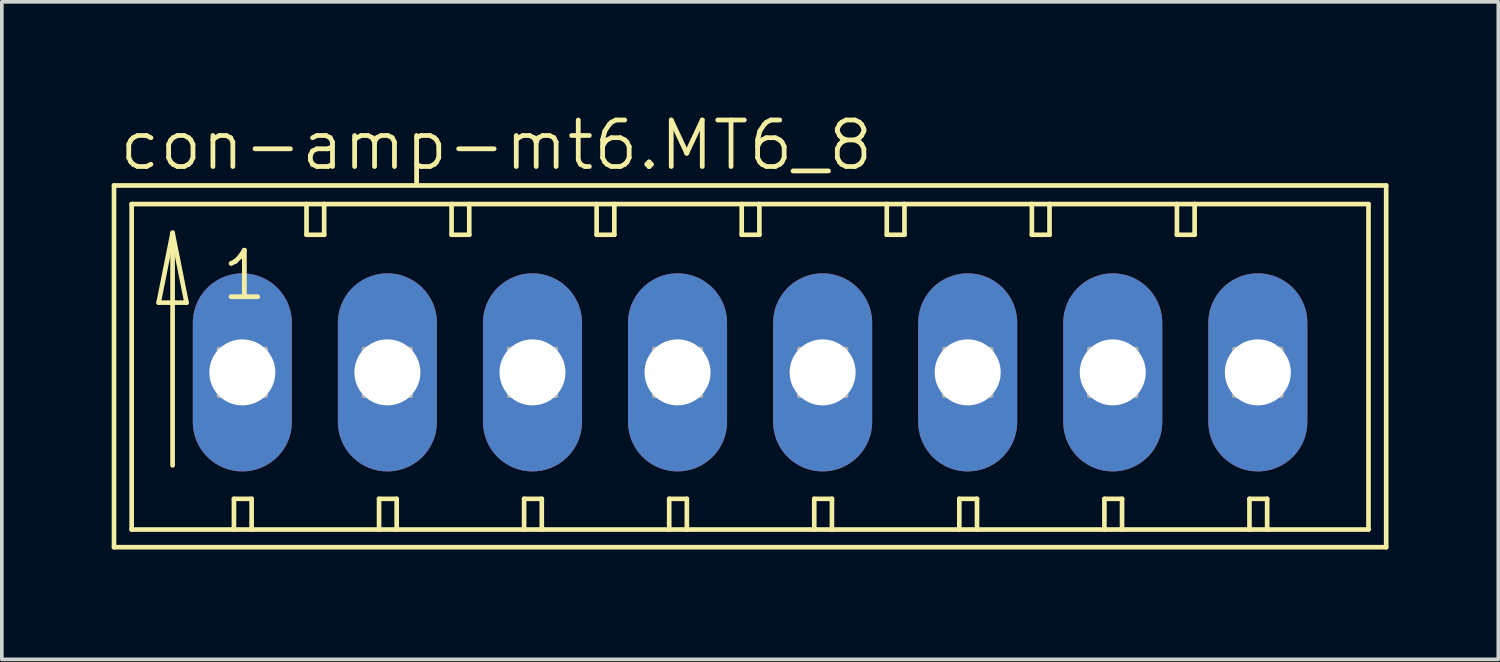
<source format=kicad_pcb>
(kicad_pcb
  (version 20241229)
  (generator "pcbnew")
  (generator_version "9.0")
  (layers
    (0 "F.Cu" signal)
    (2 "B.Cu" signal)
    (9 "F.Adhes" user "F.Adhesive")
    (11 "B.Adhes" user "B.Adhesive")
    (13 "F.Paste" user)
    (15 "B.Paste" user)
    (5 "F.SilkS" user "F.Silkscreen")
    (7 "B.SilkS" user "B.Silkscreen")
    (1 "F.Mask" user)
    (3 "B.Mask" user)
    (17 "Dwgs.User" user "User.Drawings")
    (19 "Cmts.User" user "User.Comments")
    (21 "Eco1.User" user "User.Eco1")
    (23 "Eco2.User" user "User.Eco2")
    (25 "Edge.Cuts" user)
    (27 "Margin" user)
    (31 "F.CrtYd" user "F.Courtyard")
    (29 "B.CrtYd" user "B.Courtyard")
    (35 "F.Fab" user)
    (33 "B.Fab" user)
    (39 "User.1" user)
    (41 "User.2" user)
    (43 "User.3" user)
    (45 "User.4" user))
  (footprint "con-amp-mt6.MT6_8"
    (layer "F.Cu")
    (at 1.029 7.121)
    (property "Reference" "con-amp-mt6.MT6_8" (at -0.889 -5.461 0) (layer "F.SilkS") (effects (font (size 1.27 1.27) (thickness 0.13)) (justify left bottom)))
    (attr through_hole)
    (fp_line (start -0.965 -5.105) (end -0.965 4.775) (stroke (width 0.127) (type default)) (layer "F.SilkS"))
    (fp_line (start -0.965 4.775) (end 33.782 4.775) (stroke (width 0.127) (type default)) (layer "F.SilkS"))
    (fp_line (start -0.483 -4.597) (end -0.483 4.293) (stroke (width 0.127) (type default)) (layer "F.SilkS"))
    (fp_line (start -0.483 4.293) (end 2.311 4.293) (stroke (width 0.127) (type default)) (layer "F.SilkS"))
    (fp_line (start 0.254 -1.905) (end 1.016 -1.905) (stroke (width 0.127) (type default)) (layer "F.SilkS"))
    (fp_line (start 0.635 -3.81) (end 0.254 -1.905) (stroke (width 0.127) (type default)) (layer "F.SilkS"))
    (fp_line (start 0.635 -3.81) (end 1.016 -1.905) (stroke (width 0.127) (type default)) (layer "F.SilkS"))
    (fp_line (start 0.635 2.54) (end 0.635 -3.81) (stroke (width 0.127) (type default)) (layer "F.SilkS"))
    (fp_line (start 2.311 3.454) (end 2.311 4.293) (stroke (width 0.127) (type default)) (layer "F.SilkS"))
    (fp_line (start 2.311 3.454) (end 2.794 3.454) (stroke (width 0.127) (type default)) (layer "F.SilkS"))
    (fp_line (start 2.311 4.293) (end 2.794 4.293) (stroke (width 0.127) (type default)) (layer "F.SilkS"))
    (fp_line (start 2.794 3.454) (end 2.794 4.293) (stroke (width 0.127) (type default)) (layer "F.SilkS"))
    (fp_line (start 2.794 4.293) (end 6.274 4.293) (stroke (width 0.127) (type default)) (layer "F.SilkS"))
    (fp_line (start 4.293 -4.597) (end -0.483 -4.597) (stroke (width 0.127) (type default)) (layer "F.SilkS"))
    (fp_line (start 4.293 -4.597) (end 4.293 -3.759) (stroke (width 0.127) (type default)) (layer "F.SilkS"))
    (fp_line (start 4.293 -3.759) (end 4.775 -3.759) (stroke (width 0.127) (type default)) (layer "F.SilkS"))
    (fp_line (start 4.775 -4.597) (end 4.293 -4.597) (stroke (width 0.127) (type default)) (layer "F.SilkS"))
    (fp_line (start 4.775 -3.759) (end 4.775 -4.597) (stroke (width 0.127) (type default)) (layer "F.SilkS"))
    (fp_line (start 6.274 3.454) (end 6.274 4.293) (stroke (width 0.127) (type default)) (layer "F.SilkS"))
    (fp_line (start 6.274 3.454) (end 6.756 3.454) (stroke (width 0.127) (type default)) (layer "F.SilkS"))
    (fp_line (start 6.274 4.293) (end 6.756 4.293) (stroke (width 0.127) (type default)) (layer "F.SilkS"))
    (fp_line (start 6.756 3.454) (end 6.756 4.293) (stroke (width 0.127) (type default)) (layer "F.SilkS"))
    (fp_line (start 6.756 4.293) (end 10.236 4.293) (stroke (width 0.127) (type default)) (layer "F.SilkS"))
    (fp_line (start 8.255 -4.597) (end 4.775 -4.597) (stroke (width 0.127) (type default)) (layer "F.SilkS"))
    (fp_line (start 8.255 -3.759) (end 8.255 -4.597) (stroke (width 0.127) (type default)) (layer "F.SilkS"))
    (fp_line (start 8.255 -3.759) (end 8.738 -3.759) (stroke (width 0.127) (type default)) (layer "F.SilkS"))
    (fp_line (start 8.738 -4.597) (end 8.255 -4.597) (stroke (width 0.127) (type default)) (layer "F.SilkS"))
    (fp_line (start 8.738 -3.759) (end 8.738 -4.597) (stroke (width 0.127) (type default)) (layer "F.SilkS"))
    (fp_line (start 10.236 3.454) (end 10.236 4.293) (stroke (width 0.127) (type default)) (layer "F.SilkS"))
    (fp_line (start 10.236 3.454) (end 10.719 3.454) (stroke (width 0.127) (type default)) (layer "F.SilkS"))
    (fp_line (start 10.236 4.293) (end 10.719 4.293) (stroke (width 0.127) (type default)) (layer "F.SilkS"))
    (fp_line (start 10.719 3.454) (end 10.719 4.293) (stroke (width 0.127) (type default)) (layer "F.SilkS"))
    (fp_line (start 10.719 4.293) (end 14.199 4.293) (stroke (width 0.127) (type default)) (layer "F.SilkS"))
    (fp_line (start 12.217 -4.597) (end 8.738 -4.597) (stroke (width 0.127) (type default)) (layer "F.SilkS"))
    (fp_line (start 12.217 -3.759) (end 12.217 -4.597) (stroke (width 0.127) (type default)) (layer "F.SilkS"))
    (fp_line (start 12.217 -3.759) (end 12.7 -3.759) (stroke (width 0.127) (type default)) (layer "F.SilkS"))
    (fp_line (start 12.7 -4.597) (end 12.217 -4.597) (stroke (width 0.127) (type default)) (layer "F.SilkS"))
    (fp_line (start 12.7 -3.759) (end 12.7 -4.597) (stroke (width 0.127) (type default)) (layer "F.SilkS"))
    (fp_line (start 14.199 3.454) (end 14.199 4.293) (stroke (width 0.127) (type default)) (layer "F.SilkS"))
    (fp_line (start 14.199 3.454) (end 14.681 3.454) (stroke (width 0.127) (type default)) (layer "F.SilkS"))
    (fp_line (start 14.199 4.293) (end 14.681 4.293) (stroke (width 0.127) (type default)) (layer "F.SilkS"))
    (fp_line (start 14.681 3.454) (end 14.681 4.293) (stroke (width 0.127) (type default)) (layer "F.SilkS"))
    (fp_line (start 14.681 4.293) (end 18.161 4.293) (stroke (width 0.127) (type default)) (layer "F.SilkS"))
    (fp_line (start 16.18 -4.597) (end 12.7 -4.597) (stroke (width 0.127) (type default)) (layer "F.SilkS"))
    (fp_line (start 16.18 -3.759) (end 16.18 -4.597) (stroke (width 0.127) (type default)) (layer "F.SilkS"))
    (fp_line (start 16.18 -3.759) (end 16.662 -3.759) (stroke (width 0.127) (type default)) (layer "F.SilkS"))
    (fp_line (start 16.662 -4.597) (end 16.18 -4.597) (stroke (width 0.127) (type default)) (layer "F.SilkS"))
    (fp_line (start 16.662 -3.759) (end 16.662 -4.597) (stroke (width 0.127) (type default)) (layer "F.SilkS"))
    (fp_line (start 18.161 3.454) (end 18.161 4.293) (stroke (width 0.127) (type default)) (layer "F.SilkS"))
    (fp_line (start 18.161 3.454) (end 18.644 3.454) (stroke (width 0.127) (type default)) (layer "F.SilkS"))
    (fp_line (start 18.161 4.293) (end 18.644 4.293) (stroke (width 0.127) (type default)) (layer "F.SilkS"))
    (fp_line (start 18.644 3.454) (end 18.644 4.293) (stroke (width 0.127) (type default)) (layer "F.SilkS"))
    (fp_line (start 18.644 4.293) (end 22.123 4.293) (stroke (width 0.127) (type default)) (layer "F.SilkS"))
    (fp_line (start 20.142 -4.597) (end 16.662 -4.597) (stroke (width 0.127) (type default)) (layer "F.SilkS"))
    (fp_line (start 20.142 -3.759) (end 20.142 -4.597) (stroke (width 0.127) (type default)) (layer "F.SilkS"))
    (fp_line (start 20.142 -3.759) (end 20.625 -3.759) (stroke (width 0.127) (type default)) (layer "F.SilkS"))
    (fp_line (start 20.625 -4.597) (end 20.142 -4.597) (stroke (width 0.127) (type default)) (layer "F.SilkS"))
    (fp_line (start 20.625 -3.759) (end 20.625 -4.597) (stroke (width 0.127) (type default)) (layer "F.SilkS"))
    (fp_line (start 22.123 3.454) (end 22.123 4.293) (stroke (width 0.127) (type default)) (layer "F.SilkS"))
    (fp_line (start 22.123 3.454) (end 22.606 3.454) (stroke (width 0.127) (type default)) (layer "F.SilkS"))
    (fp_line (start 22.123 4.293) (end 22.606 4.293) (stroke (width 0.127) (type default)) (layer "F.SilkS"))
    (fp_line (start 22.606 3.454) (end 22.606 4.293) (stroke (width 0.127) (type default)) (layer "F.SilkS"))
    (fp_line (start 22.606 4.293) (end 26.086 4.293) (stroke (width 0.127) (type default)) (layer "F.SilkS"))
    (fp_line (start 24.105 -4.597) (end 20.625 -4.597) (stroke (width 0.127) (type default)) (layer "F.SilkS"))
    (fp_line (start 24.105 -3.759) (end 24.105 -4.597) (stroke (width 0.127) (type default)) (layer "F.SilkS"))
    (fp_line (start 24.105 -3.759) (end 24.587 -3.759) (stroke (width 0.127) (type default)) (layer "F.SilkS"))
    (fp_line (start 24.587 -4.597) (end 24.105 -4.597) (stroke (width 0.127) (type default)) (layer "F.SilkS"))
    (fp_line (start 24.587 -3.759) (end 24.587 -4.597) (stroke (width 0.127) (type default)) (layer "F.SilkS"))
    (fp_line (start 26.086 3.454) (end 26.086 4.293) (stroke (width 0.127) (type default)) (layer "F.SilkS"))
    (fp_line (start 26.086 3.454) (end 26.568 3.454) (stroke (width 0.127) (type default)) (layer "F.SilkS"))
    (fp_line (start 26.086 4.293) (end 26.568 4.293) (stroke (width 0.127) (type default)) (layer "F.SilkS"))
    (fp_line (start 26.568 3.454) (end 26.568 4.293) (stroke (width 0.127) (type default)) (layer "F.SilkS"))
    (fp_line (start 26.568 4.293) (end 30.048 4.293) (stroke (width 0.127) (type default)) (layer "F.SilkS"))
    (fp_line (start 28.067 -4.597) (end 24.587 -4.597) (stroke (width 0.127) (type default)) (layer "F.SilkS"))
    (fp_line (start 28.067 -3.759) (end 28.067 -4.597) (stroke (width 0.127) (type default)) (layer "F.SilkS"))
    (fp_line (start 28.067 -3.759) (end 28.55 -3.759) (stroke (width 0.127) (type default)) (layer "F.SilkS"))
    (fp_line (start 28.55 -4.597) (end 28.067 -4.597) (stroke (width 0.127) (type default)) (layer "F.SilkS"))
    (fp_line (start 28.55 -3.759) (end 28.55 -4.597) (stroke (width 0.127) (type default)) (layer "F.SilkS"))
    (fp_line (start 30.048 3.454) (end 30.048 4.293) (stroke (width 0.127) (type default)) (layer "F.SilkS"))
    (fp_line (start 30.048 3.454) (end 30.531 3.454) (stroke (width 0.127) (type default)) (layer "F.SilkS"))
    (fp_line (start 30.048 4.293) (end 30.531 4.293) (stroke (width 0.127) (type default)) (layer "F.SilkS"))
    (fp_line (start 30.531 3.454) (end 30.531 4.293) (stroke (width 0.127) (type default)) (layer "F.SilkS"))
    (fp_line (start 30.531 4.293) (end 33.299 4.293) (stroke (width 0.127) (type default)) (layer "F.SilkS"))
    (fp_line (start 33.299 -4.597) (end 28.55 -4.597) (stroke (width 0.127) (type default)) (layer "F.SilkS"))
    (fp_line (start 33.299 4.293) (end 33.299 -4.597) (stroke (width 0.127) (type default)) (layer "F.SilkS"))
    (fp_line (start 33.782 -5.105) (end -0.965 -5.105) (stroke (width 0.127) (type default)) (layer "F.SilkS"))
    (fp_line (start 33.782 4.775) (end 33.782 -5.105) (stroke (width 0.127) (type default)) (layer "F.SilkS"))
    (fp_line (start 1.905 -0.635) (end 1.905 0.635) (stroke (width 0.127) (type default)) (layer "F.Fab"))
    (fp_line (start 1.905 -0.635) (end 3.175 0.635) (stroke (width 0.127) (type default)) (layer "F.Fab"))
    (fp_line (start 1.905 0.635) (end 3.175 0.635) (stroke (width 0.127) (type default)) (layer "F.Fab"))
    (fp_line (start 3.175 -0.635) (end 1.905 -0.635) (stroke (width 0.127) (type default)) (layer "F.Fab"))
    (fp_line (start 3.175 -0.635) (end 1.905 0.635) (stroke (width 0.127) (type default)) (layer "F.Fab"))
    (fp_line (start 3.175 0.635) (end 3.175 -0.635) (stroke (width 0.127) (type default)) (layer "F.Fab"))
    (fp_line (start 5.867 -0.635) (end 5.867 0.635) (stroke (width 0.127) (type default)) (layer "F.Fab"))
    (fp_line (start 5.867 -0.635) (end 7.137 0.635) (stroke (width 0.127) (type default)) (layer "F.Fab"))
    (fp_line (start 5.867 0.635) (end 7.137 0.635) (stroke (width 0.127) (type default)) (layer "F.Fab"))
    (fp_line (start 7.137 -0.635) (end 5.867 -0.635) (stroke (width 0.127) (type default)) (layer "F.Fab"))
    (fp_line (start 7.137 -0.635) (end 5.867 0.635) (stroke (width 0.127) (type default)) (layer "F.Fab"))
    (fp_line (start 7.137 0.635) (end 7.137 -0.635) (stroke (width 0.127) (type default)) (layer "F.Fab"))
    (fp_line (start 9.83 -0.635) (end 9.83 0.635) (stroke (width 0.127) (type default)) (layer "F.Fab"))
    (fp_line (start 9.83 -0.635) (end 11.1 0.635) (stroke (width 0.127) (type default)) (layer "F.Fab"))
    (fp_line (start 9.83 0.635) (end 11.1 0.635) (stroke (width 0.127) (type default)) (layer "F.Fab"))
    (fp_line (start 11.1 -0.635) (end 9.83 -0.635) (stroke (width 0.127) (type default)) (layer "F.Fab"))
    (fp_line (start 11.1 -0.635) (end 9.83 0.635) (stroke (width 0.127) (type default)) (layer "F.Fab"))
    (fp_line (start 11.1 0.635) (end 11.1 -0.635) (stroke (width 0.127) (type default)) (layer "F.Fab"))
    (fp_line (start 13.792 -0.635) (end 13.792 0.635) (stroke (width 0.127) (type default)) (layer "F.Fab"))
    (fp_line (start 13.792 -0.635) (end 15.062 0.635) (stroke (width 0.127) (type default)) (layer "F.Fab"))
    (fp_line (start 13.792 0.635) (end 15.062 0.635) (stroke (width 0.127) (type default)) (layer "F.Fab"))
    (fp_line (start 15.062 -0.635) (end 13.792 -0.635) (stroke (width 0.127) (type default)) (layer "F.Fab"))
    (fp_line (start 15.062 -0.635) (end 13.792 0.635) (stroke (width 0.127) (type default)) (layer "F.Fab"))
    (fp_line (start 15.062 0.635) (end 15.062 -0.635) (stroke (width 0.127) (type default)) (layer "F.Fab"))
    (fp_line (start 17.755 -0.635) (end 17.755 0.635) (stroke (width 0.127) (type default)) (layer "F.Fab"))
    (fp_line (start 17.755 -0.635) (end 19.025 0.635) (stroke (width 0.127) (type default)) (layer "F.Fab"))
    (fp_line (start 17.755 0.635) (end 19.025 0.635) (stroke (width 0.127) (type default)) (layer "F.Fab"))
    (fp_line (start 19.025 -0.635) (end 17.755 -0.635) (stroke (width 0.127) (type default)) (layer "F.Fab"))
    (fp_line (start 19.025 -0.635) (end 17.755 0.635) (stroke (width 0.127) (type default)) (layer "F.Fab"))
    (fp_line (start 19.025 0.635) (end 19.025 -0.635) (stroke (width 0.127) (type default)) (layer "F.Fab"))
    (fp_line (start 21.717 -0.635) (end 21.717 0.635) (stroke (width 0.127) (type default)) (layer "F.Fab"))
    (fp_line (start 21.717 -0.635) (end 22.987 0.635) (stroke (width 0.127) (type default)) (layer "F.Fab"))
    (fp_line (start 21.717 0.635) (end 22.987 0.635) (stroke (width 0.127) (type default)) (layer "F.Fab"))
    (fp_line (start 22.987 -0.635) (end 21.717 -0.635) (stroke (width 0.127) (type default)) (layer "F.Fab"))
    (fp_line (start 22.987 -0.635) (end 21.717 0.635) (stroke (width 0.127) (type default)) (layer "F.Fab"))
    (fp_line (start 22.987 0.635) (end 22.987 -0.635) (stroke (width 0.127) (type default)) (layer "F.Fab"))
    (fp_line (start 25.679 -0.635) (end 25.679 0.635) (stroke (width 0.127) (type default)) (layer "F.Fab"))
    (fp_line (start 25.679 -0.635) (end 26.949 0.635) (stroke (width 0.127) (type default)) (layer "F.Fab"))
    (fp_line (start 25.679 0.635) (end 26.949 0.635) (stroke (width 0.127) (type default)) (layer "F.Fab"))
    (fp_line (start 26.949 -0.635) (end 25.679 -0.635) (stroke (width 0.127) (type default)) (layer "F.Fab"))
    (fp_line (start 26.949 -0.635) (end 25.679 0.635) (stroke (width 0.127) (type default)) (layer "F.Fab"))
    (fp_line (start 26.949 0.635) (end 26.949 -0.635) (stroke (width 0.127) (type default)) (layer "F.Fab"))
    (fp_line (start 29.642 -0.635) (end 29.642 0.635) (stroke (width 0.127) (type default)) (layer "F.Fab"))
    (fp_line (start 29.642 -0.635) (end 30.912 0.635) (stroke (width 0.127) (type default)) (layer "F.Fab"))
    (fp_line (start 29.642 0.635) (end 30.912 0.635) (stroke (width 0.127) (type default)) (layer "F.Fab"))
    (fp_line (start 30.912 -0.635) (end 29.642 -0.635) (stroke (width 0.127) (type default)) (layer "F.Fab"))
    (fp_line (start 30.912 -0.635) (end 29.642 0.635) (stroke (width 0.127) (type default)) (layer "F.Fab"))
    (fp_line (start 30.912 0.635) (end 30.912 -0.635) (stroke (width 0.127) (type default)) (layer "F.Fab"))
    (fp_text user "1" (at 1.905 -1.905 0) (layer "F.SilkS") (effects (font (size 1.27 1.27) (thickness 0.13)) (justify left bottom)))
    (pad "1" thru_hole oval (at 2.54 0 90) (size 5.41 2.705) (drill 1.803) (layers "*.Cu" "*.Mask"))
    (pad "2" thru_hole oval (at 6.502 0 90) (size 5.41 2.705) (drill 1.803) (layers "*.Cu" "*.Mask"))
    (pad "3" thru_hole oval (at 10.465 0 90) (size 5.41 2.705) (drill 1.803) (layers "*.Cu" "*.Mask"))
    (pad "4" thru_hole oval (at 14.427 0 90) (size 5.41 2.705) (drill 1.803) (layers "*.Cu" "*.Mask"))
    (pad "5" thru_hole oval (at 18.39 0 90) (size 5.41 2.705) (drill 1.803) (layers "*.Cu" "*.Mask"))
    (pad "6" thru_hole oval (at 22.352 0 90) (size 5.41 2.705) (drill 1.803) (layers "*.Cu" "*.Mask"))
    (pad "7" thru_hole oval (at 26.314 0 90) (size 5.41 2.705) (drill 1.803) (layers "*.Cu" "*.Mask"))
    (pad "8" thru_hole oval (at 30.277 0 90) (size 5.41 2.705) (drill 1.803) (layers "*.Cu" "*.Mask")))
  (gr_rect
    (start -3 -3)
    (end 37.874 14.96)
    (stroke (width 0.1) (type default))
    (fill no)
    (layer "Edge.Cuts")))
</source>
